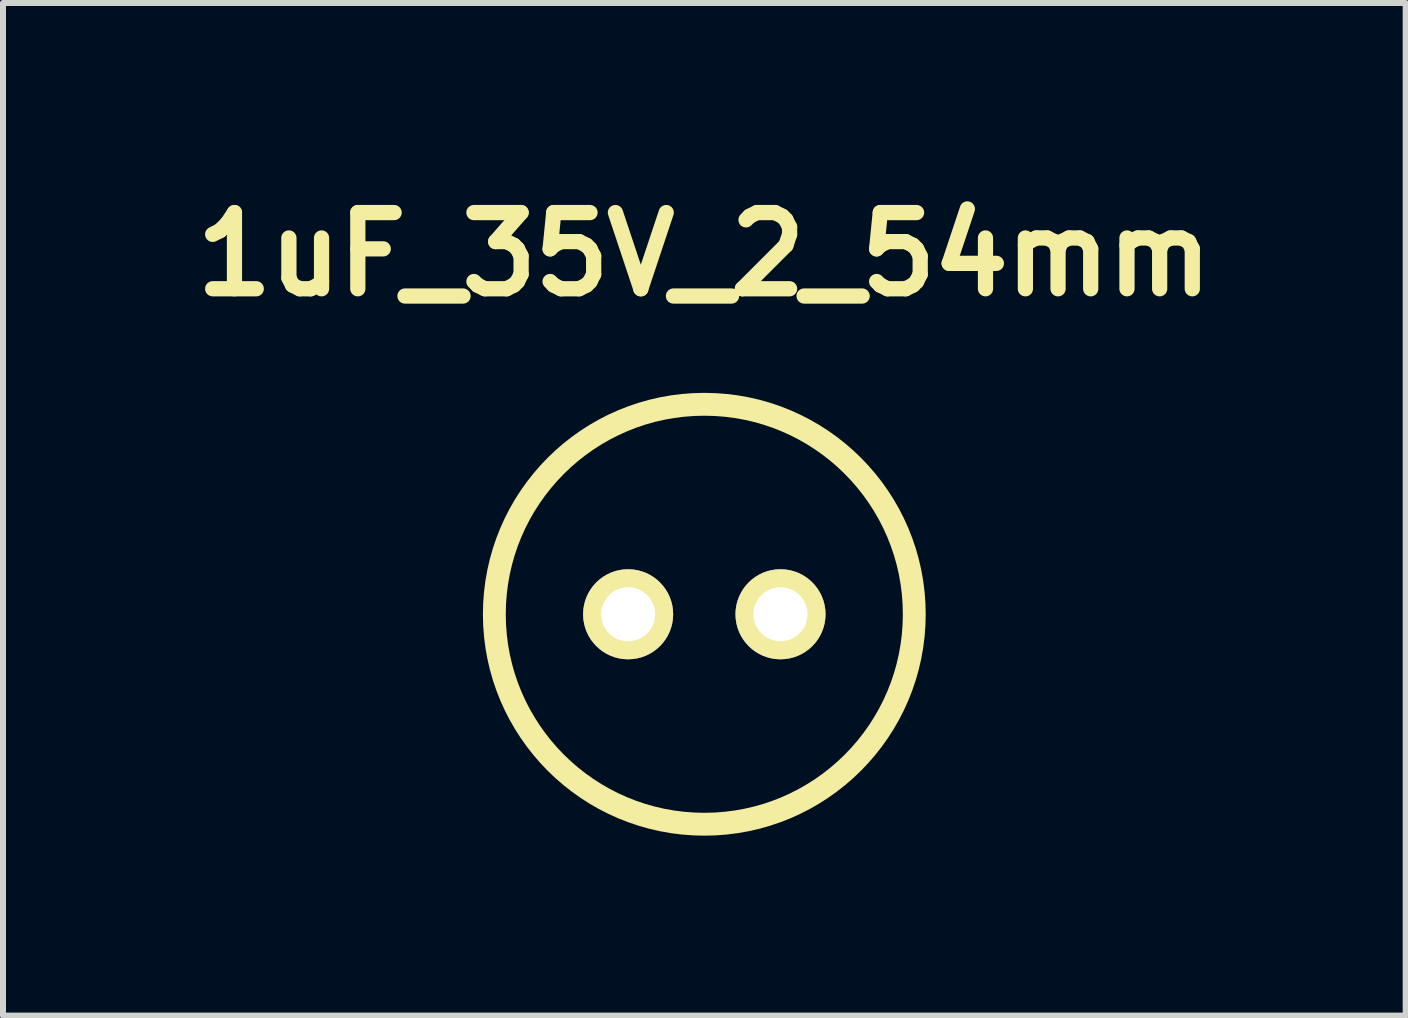
<source format=kicad_pcb>
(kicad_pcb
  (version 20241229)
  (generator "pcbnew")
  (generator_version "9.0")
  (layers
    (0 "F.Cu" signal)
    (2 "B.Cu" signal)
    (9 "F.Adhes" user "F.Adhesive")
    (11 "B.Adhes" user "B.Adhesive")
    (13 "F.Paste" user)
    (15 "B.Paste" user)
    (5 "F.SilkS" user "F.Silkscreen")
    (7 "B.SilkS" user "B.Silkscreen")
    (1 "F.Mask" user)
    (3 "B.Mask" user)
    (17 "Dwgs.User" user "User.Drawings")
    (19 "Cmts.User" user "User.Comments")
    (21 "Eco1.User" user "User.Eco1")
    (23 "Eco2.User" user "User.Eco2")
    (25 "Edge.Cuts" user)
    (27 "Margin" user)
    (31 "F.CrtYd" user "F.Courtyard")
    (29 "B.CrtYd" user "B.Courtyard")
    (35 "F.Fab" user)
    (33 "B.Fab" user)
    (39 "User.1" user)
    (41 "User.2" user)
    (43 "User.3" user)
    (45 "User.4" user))
  (footprint "1uF_35V_2_54mm"
    (layer "F.Cu")
    (at 8.69 7.189)
    (property "Reference" "1uF_35V_2_54mm" (at 0 -6 0) (layer "F.SilkS") (effects (font (size 1.27 1.27) (thickness 0.254))))
    (attr through_hole)
    (fp_circle (center 0 0) (end 3.5 0) (stroke (width 0.381) (type solid)) (fill no) (layer "F.SilkS"))
    (pad "1" thru_hole circle (at 1.27 0) (size 1.501 1.501) (drill 0.9) (layers "*.Cu" "*.Mask" "F.SilkS"))
    (pad "2" thru_hole circle (at -1.27 0) (size 1.501 1.501) (drill 0.9) (layers "*.Cu" "*.Mask" "F.SilkS")))
  (gr_rect
    (start -3 -3)
    (end 20.381 13.879)
    (stroke (width 0.1) (type default))
    (fill no)
    (layer "Edge.Cuts")))
</source>
